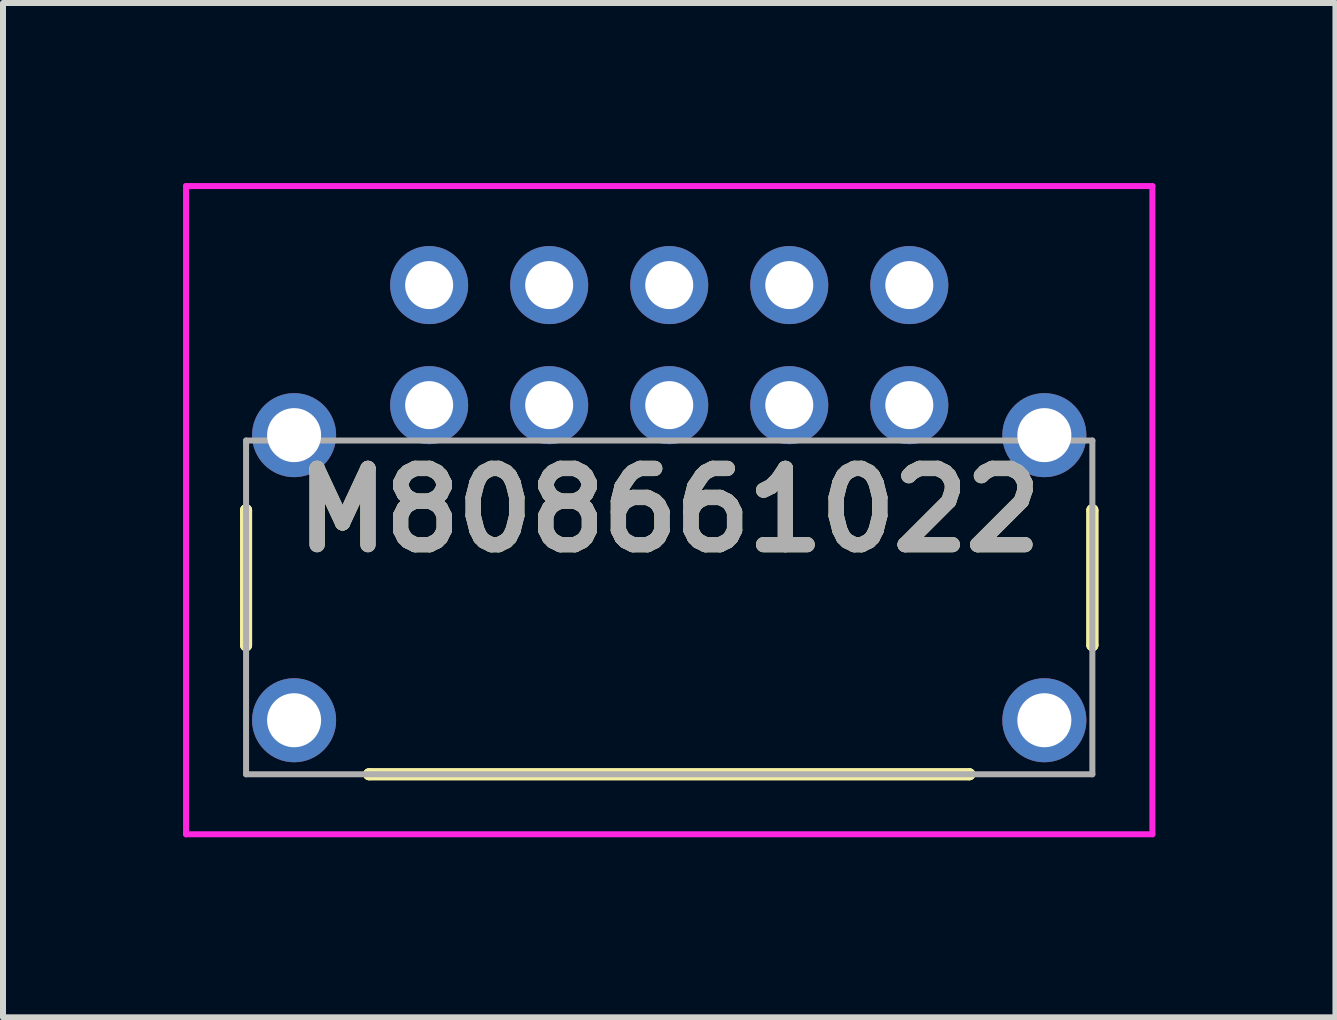
<source format=kicad_pcb>
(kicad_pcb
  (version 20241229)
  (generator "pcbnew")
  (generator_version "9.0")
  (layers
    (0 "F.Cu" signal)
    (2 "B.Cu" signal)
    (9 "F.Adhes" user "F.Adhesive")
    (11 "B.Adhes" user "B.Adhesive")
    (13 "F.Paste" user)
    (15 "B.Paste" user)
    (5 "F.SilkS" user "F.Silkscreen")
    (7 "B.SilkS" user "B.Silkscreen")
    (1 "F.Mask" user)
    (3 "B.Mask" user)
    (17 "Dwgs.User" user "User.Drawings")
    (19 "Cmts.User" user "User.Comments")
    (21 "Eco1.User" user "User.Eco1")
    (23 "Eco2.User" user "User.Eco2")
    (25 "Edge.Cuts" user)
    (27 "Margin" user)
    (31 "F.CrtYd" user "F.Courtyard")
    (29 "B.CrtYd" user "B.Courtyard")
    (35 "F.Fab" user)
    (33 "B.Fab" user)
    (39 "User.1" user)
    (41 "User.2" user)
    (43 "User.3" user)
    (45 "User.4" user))
  (footprint "M808661022"
    (layer "F.Cu")
    (at 12.1 1.7)
    (property "Reference" "M808661022" (at -4 3.75 0) (layer "F.SilkS") (effects (font (size 1.27 1.27) (thickness 0.254))))
    (attr through_hole)
    (fp_line (start -11.05 3.75) (end -11.05 3.75) (stroke (width 0.2) (type solid)) (layer "F.SilkS"))
    (fp_line (start -11.05 3.75) (end -11.05 6) (stroke (width 0.2) (type solid)) (layer "F.SilkS"))
    (fp_line (start -11.05 6) (end -11.05 3.75) (stroke (width 0.2) (type solid)) (layer "F.SilkS"))
    (fp_line (start -11.05 6) (end -11.05 6) (stroke (width 0.2) (type solid)) (layer "F.SilkS"))
    (fp_line (start -9 8.15) (end -9 8.15) (stroke (width 0.2) (type solid)) (layer "F.SilkS"))
    (fp_line (start -9 8.15) (end 1 8.15) (stroke (width 0.2) (type solid)) (layer "F.SilkS"))
    (fp_line (start 1 8.15) (end -9 8.15) (stroke (width 0.2) (type solid)) (layer "F.SilkS"))
    (fp_line (start 1 8.15) (end 1 8.15) (stroke (width 0.2) (type solid)) (layer "F.SilkS"))
    (fp_line (start 3.05 3.75) (end 3.05 3.75) (stroke (width 0.2) (type solid)) (layer "F.SilkS"))
    (fp_line (start 3.05 3.75) (end 3.05 6) (stroke (width 0.2) (type solid)) (layer "F.SilkS"))
    (fp_line (start 3.05 6) (end 3.05 3.75) (stroke (width 0.2) (type solid)) (layer "F.SilkS"))
    (fp_line (start 3.05 6) (end 3.05 6) (stroke (width 0.2) (type solid)) (layer "F.SilkS"))
    (fp_line (start -12.05 -1.65) (end 4.05 -1.65) (stroke (width 0.1) (type solid)) (layer "F.CrtYd"))
    (fp_line (start -12.05 9.15) (end -12.05 -1.65) (stroke (width 0.1) (type solid)) (layer "F.CrtYd"))
    (fp_line (start 4.05 -1.65) (end 4.05 9.15) (stroke (width 0.1) (type solid)) (layer "F.CrtYd"))
    (fp_line (start 4.05 9.15) (end -12.05 9.15) (stroke (width 0.1) (type solid)) (layer "F.CrtYd"))
    (fp_line (start -11.05 2.59) (end -11.05 8.15) (stroke (width 0.1) (type solid)) (layer "F.Fab"))
    (fp_line (start -11.05 8.15) (end 3.05 8.15) (stroke (width 0.1) (type solid)) (layer "F.Fab"))
    (fp_line (start 3.05 2.59) (end -11.05 2.59) (stroke (width 0.1) (type solid)) (layer "F.Fab"))
    (fp_line (start 3.05 8.15) (end 3.05 2.59) (stroke (width 0.1) (type solid)) (layer "F.Fab"))
    (fp_text user "${REFERENCE}" (at -4 3.75 0) (layer "F.Fab") (effects (font (size 1.27 1.27) (thickness 0.254))))
    (pad "1" thru_hole circle (at 0 0) (size 1.3 1.3) (drill 0.8) (layers "*.Cu" "*.Mask"))
    (pad "2" thru_hole circle (at -2 0) (size 1.3 1.3) (drill 0.8) (layers "*.Cu" "*.Mask"))
    (pad "3" thru_hole circle (at -4 0) (size 1.3 1.3) (drill 0.8) (layers "*.Cu" "*.Mask"))
    (pad "4" thru_hole circle (at -6 0) (size 1.3 1.3) (drill 0.8) (layers "*.Cu" "*.Mask"))
    (pad "5" thru_hole circle (at -8 0) (size 1.3 1.3) (drill 0.8) (layers "*.Cu" "*.Mask"))
    (pad "6" thru_hole circle (at 0 2) (size 1.3 1.3) (drill 0.8) (layers "*.Cu" "*.Mask"))
    (pad "7" thru_hole circle (at -2 2) (size 1.3 1.3) (drill 0.8) (layers "*.Cu" "*.Mask"))
    (pad "8" thru_hole circle (at -4 2) (size 1.3 1.3) (drill 0.8) (layers "*.Cu" "*.Mask"))
    (pad "9" thru_hole circle (at -6 2) (size 1.3 1.3) (drill 0.8) (layers "*.Cu" "*.Mask"))
    (pad "10" thru_hole circle (at -8 2) (size 1.3 1.3) (drill 0.8) (layers "*.Cu" "*.Mask"))
    (pad "MH1" thru_hole circle (at -10.25 7.25) (size 1.4 1.4) (drill 0.9) (layers "*.Cu" "*.Mask"))
    (pad "MH2" thru_hole circle (at -10.25 2.5) (size 1.4 1.4) (drill 0.9) (layers "*.Cu" "*.Mask"))
    (pad "MH3" thru_hole circle (at 2.25 2.5) (size 1.4 1.4) (drill 0.9) (layers "*.Cu" "*.Mask"))
    (pad "MH4" thru_hole circle (at 2.25 7.25) (size 1.4 1.4) (drill 0.9) (layers "*.Cu" "*.Mask")))
  (gr_rect
    (start -3 -3)
    (end 19.2 13.9)
    (stroke (width 0.1) (type default))
    (fill no)
    (layer "Edge.Cuts")))
</source>
